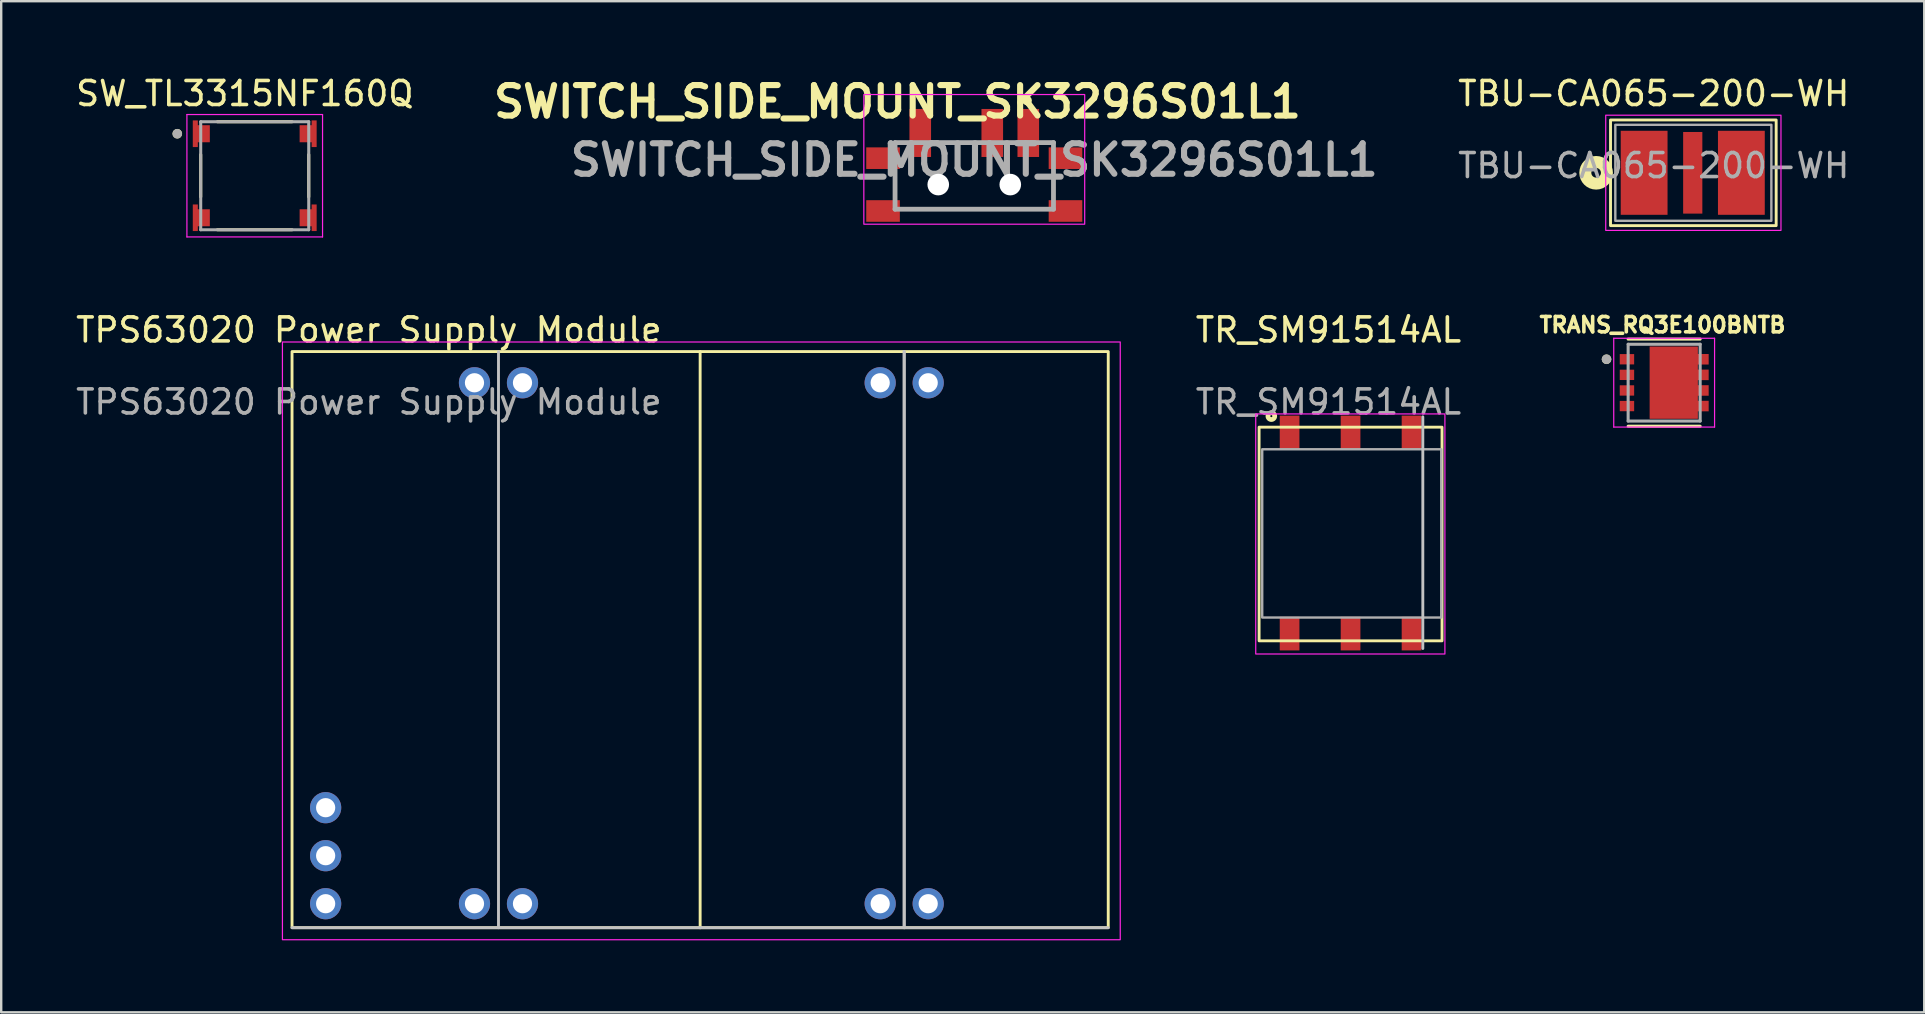
<source format=kicad_pcb>
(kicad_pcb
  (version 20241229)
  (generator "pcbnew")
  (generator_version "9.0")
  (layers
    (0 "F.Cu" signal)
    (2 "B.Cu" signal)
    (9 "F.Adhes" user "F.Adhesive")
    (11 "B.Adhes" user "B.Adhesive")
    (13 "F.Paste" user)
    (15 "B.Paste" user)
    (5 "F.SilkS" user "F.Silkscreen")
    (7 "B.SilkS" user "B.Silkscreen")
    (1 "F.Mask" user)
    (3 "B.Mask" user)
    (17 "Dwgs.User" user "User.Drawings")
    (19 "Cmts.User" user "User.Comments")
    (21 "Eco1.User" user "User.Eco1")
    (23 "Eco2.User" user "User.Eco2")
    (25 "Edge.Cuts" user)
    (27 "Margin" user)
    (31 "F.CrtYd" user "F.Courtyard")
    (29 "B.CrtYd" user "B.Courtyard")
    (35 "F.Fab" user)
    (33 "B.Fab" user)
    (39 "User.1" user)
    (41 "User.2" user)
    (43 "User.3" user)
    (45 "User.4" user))
  (footprint "TBU-CA065-200-WH"
    (layer "F.Cu")
    (at 65.438 4.148)
    (property "Reference" "TBU-CA065-200-WH" (at 0.4 -3.3 0) (unlocked yes) (layer "F.SilkS") (effects (font (size 1 1) (thickness 0.15))))
    (attr smd)
    (fp_rect (start -1.4 -2.2) (end 5.5 2.2) (stroke (width 0.12) (type default)) (fill no) (layer "F.SilkS"))
    (fp_circle (center -2 0) (end -1.8 0) (stroke (width 0.5) (type default)) (fill no) (layer "F.SilkS"))
    (fp_rect (start -1.6 -2.4) (end 5.7 2.4) (stroke (width 0.05) (type default)) (fill no) (layer "F.CrtYd"))
    (fp_rect (start -1.2 -2) (end 5.3 2) (stroke (width 0.1) (type default)) (fill no) (layer "F.Fab"))
    (fp_text user "${REFERENCE}" (at 0.4 -0.3 0) (unlocked yes) (layer "F.Fab") (effects (font (size 1 1) (thickness 0.15))))
    (pad "1" smd rect (at 0 0) (size 1.95 3.5) (layers "F.Cu" "F.Mask" "F.Paste"))
    (pad "2" smd rect (at 4.05 0) (size 1.95 3.5) (layers "F.Cu" "F.Mask" "F.Paste"))
    (pad "~" smd rect (at 2.025 0) (size 0.8 3.4) (layers "F.Cu" "F.Mask" "F.Paste")))
  (footprint "TRANS_RQ3E100BNTB"
    (layer "F.Cu")
    (at 66.272 12.89)
    (property "Reference" "TRANS_RQ3E100BNTB" (at -0.068 -2.406 0) (layer "F.SilkS") (effects (font (size 0.64 0.64) (thickness 0.15))))
    (attr smd)
    (fp_poly (pts (xy -1.9 -1.24) (xy -1.2 -1.24) (xy -1.2 -0.71) (xy -1.9 -0.71)) (stroke (width 0.01) (type solid)) (fill yes) (layer "F.Mask"))
    (fp_poly (pts (xy -1.9 -0.59) (xy -1.2 -0.59) (xy -1.2 -0.06) (xy -1.9 -0.06)) (stroke (width 0.01) (type solid)) (fill yes) (layer "F.Mask"))
    (fp_poly (pts (xy -1.9 0.06) (xy -1.2 0.06) (xy -1.2 0.59) (xy -1.9 0.59)) (stroke (width 0.01) (type solid)) (fill yes) (layer "F.Mask"))
    (fp_poly (pts (xy -1.9 0.71) (xy -1.2 0.71) (xy -1.2 1.24) (xy -1.9 1.24)) (stroke (width 0.01) (type solid)) (fill yes) (layer "F.Mask"))
    (fp_poly (pts (xy -0.65 -1.55) (xy 1.45 -1.55) (xy 1.45 -1.24) (xy 1.9 -1.24) (xy 1.9 -0.71) (xy 1.45 -0.71) (xy 1.45 -0.59) (xy 1.9 -0.59) (xy 1.9 -0.06) (xy 1.45 -0.06) (xy 1.45 0.06) (xy 1.9 0.06) (xy 1.9 0.59) (xy 1.45 0.59) (xy 1.45 0.71) (xy 1.9 0.71) (xy 1.9 1.24) (xy 1.45 1.24) (xy 1.45 1.55) (xy -0.65 1.55)) (stroke (width 0.01) (type solid)) (fill yes) (layer "F.Mask"))
    (fp_line (start -1.5 1.814) (end 1.5 1.814) (stroke (width 0.127) (type solid)) (layer "F.SilkS"))
    (fp_line (start 1.5 -1.814) (end -1.5 -1.814) (stroke (width 0.127) (type solid)) (layer "F.SilkS"))
    (fp_circle (center -2.4 -0.975) (end -2.3 -0.975) (stroke (width 0.2) (type solid)) (fill no) (layer "F.SilkS"))
    (fp_poly (pts (xy -0.233 -0.95) (xy 1.032 -0.95) (xy 1.032 0.95) (xy -0.233 0.95)) (stroke (width 0.01) (type solid)) (fill yes) (layer "F.Paste"))
    (fp_poly (pts (xy 1.4 -1.19) (xy 1.85 -1.19) (xy 1.85 -0.76) (xy 1.4 -0.76)) (stroke (width 0.01) (type solid)) (fill yes) (layer "F.Paste"))
    (fp_poly (pts (xy 1.4 -0.54) (xy 1.85 -0.54) (xy 1.85 -0.11) (xy 1.4 -0.11)) (stroke (width 0.01) (type solid)) (fill yes) (layer "F.Paste"))
    (fp_poly (pts (xy 1.4 0.11) (xy 1.85 0.11) (xy 1.85 0.54) (xy 1.4 0.54)) (stroke (width 0.01) (type solid)) (fill yes) (layer "F.Paste"))
    (fp_poly (pts (xy 1.4 0.76) (xy 1.85 0.76) (xy 1.85 1.19) (xy 1.4 1.19)) (stroke (width 0.01) (type solid)) (fill yes) (layer "F.Paste"))
    (fp_line (start -2.1 -1.85) (end 2.1 -1.85) (stroke (width 0.05) (type solid)) (layer "F.CrtYd"))
    (fp_line (start -2.1 1.85) (end -2.1 -1.85) (stroke (width 0.05) (type solid)) (layer "F.CrtYd"))
    (fp_line (start 2.1 -1.85) (end 2.1 1.85) (stroke (width 0.05) (type solid)) (layer "F.CrtYd"))
    (fp_line (start 2.1 1.85) (end -2.1 1.85) (stroke (width 0.05) (type solid)) (layer "F.CrtYd"))
    (fp_line (start -1.5 -1.6) (end -1.5 1.6) (stroke (width 0.127) (type solid)) (layer "F.Fab"))
    (fp_line (start -1.5 1.6) (end 1.5 1.6) (stroke (width 0.127) (type solid)) (layer "F.Fab"))
    (fp_line (start 1.5 -1.6) (end -1.5 -1.6) (stroke (width 0.127) (type solid)) (layer "F.Fab"))
    (fp_line (start 1.5 1.6) (end 1.5 -1.6) (stroke (width 0.127) (type solid)) (layer "F.Fab"))
    (fp_circle (center -2.4 -0.975) (end -2.3 -0.975) (stroke (width 0.2) (type solid)) (fill no) (layer "F.Fab"))
    (pad "1" smd rect (at -1.55 -0.975) (size 0.6 0.43) (layers "F.Cu" "F.Paste"))
    (pad "2" smd rect (at -1.55 -0.325) (size 0.6 0.43) (layers "F.Cu" "F.Paste"))
    (pad "3" smd rect (at -1.55 0.325) (size 0.6 0.43) (layers "F.Cu" "F.Paste"))
    (pad "4" smd rect (at -1.55 0.975) (size 0.6 0.43) (layers "F.Cu" "F.Paste"))
    (pad "5" smd custom (at 0 0) (size 0.5 0.5) (layers "F.Cu") (options (anchor rect)) (primitives (gr_poly (pts (xy -0.6 -1.5) (xy 1.4 -1.5) (xy 1.4 -1.19) (xy 1.85 -1.19) (xy 1.85 -0.76) (xy 1.4 -0.76) (xy 1.4 -0.54) (xy 1.85 -0.54) (xy 1.85 -0.11) (xy 1.4 -0.11) (xy 1.4 0.11) (xy 1.85 0.11) (xy 1.85 0.54) (xy 1.4 0.54) (xy 1.4 0.76) (xy 1.85 0.76) (xy 1.85 1.19) (xy 1.4 1.19) (xy 1.4 1.5) (xy -0.6 1.5)) (width 0.01) (fill yes)))))
  (footprint "TR_SM91514AL"
    (layer "F.Cu")
    (at 50.669 14.964)
    (property "Reference" "TR_SM91514AL" (at 1.62 -4.27 0) (unlocked yes) (layer "F.SilkS") (effects (font (size 1 1) (thickness 0.15))))
    (attr smd)
    (fp_rect (start -1.27 -0.22) (end 6.35 8.68) (stroke (width 0.12) (type default)) (fill no) (layer "F.SilkS"))
    (fp_circle (center -0.76 -0.68) (end -0.67 -0.73) (stroke (width 0.12) (type default)) (fill no) (layer "F.SilkS"))
    (fp_circle (center -0.76 -0.68) (end -0.58 -0.68) (stroke (width 0.12) (type default)) (fill no) (layer "F.SilkS"))
    (fp_line (start 5.55 9) (end 5.55 -0.65) (stroke (width 0.12) (type default)) (layer "Dwgs.User"))
    (fp_rect (start -1.41 -0.77) (end 6.47 9.23) (stroke (width 0.05) (type default)) (fill no) (layer "F.CrtYd"))
    (fp_rect (start -1.14 0.7) (end 6.32 7.71) (stroke (width 0.1) (type default)) (fill no) (layer "F.Fab"))
    (fp_text user "${REFERENCE}" (at 1.62 -1.27 0) (unlocked yes) (layer "F.Fab") (effects (font (size 1 1) (thickness 0.15))))
    (pad "1" smd rect (at 0 0) (size 0.82 1.4) (layers "F.Cu" "F.Mask" "F.Paste"))
    (pad "2" smd rect (at 2.54 0) (size 0.82 1.4) (layers "F.Cu" "F.Mask" "F.Paste"))
    (pad "3" smd rect (at 5.08 0) (size 0.82 1.4) (layers "F.Cu" "F.Mask" "F.Paste"))
    (pad "4" smd rect (at 5.08 8.38) (size 0.82 1.4) (layers "F.Cu" "F.Mask" "F.Paste"))
    (pad "5" smd rect (at 2.54 8.38) (size 0.82 1.4) (layers "F.Cu" "F.Mask" "F.Paste"))
    (pad "6" smd rect (at 0 8.38) (size 0.82 1.4) (layers "F.Cu" "F.Mask" "F.Paste")))
  (footprint "TPS63020 Power Supply Module"
    (layer "F.Cu")
    (at 10.515 31.595)
    (property "Reference" "TPS63020 Power Supply Module" (at 1.8 -20.9 0) (unlocked yes) (layer "F.SilkS") (effects (font (size 1 1) (thickness 0.15))))
    (attr through_hole)
    (fp_line (start 15.6 4) (end 15.6 -20) (stroke (width 0.12) (type default)) (layer "F.SilkS"))
    (fp_rect (start -1.4 -20) (end 32.6 4) (stroke (width 0.12) (type default)) (fill no) (layer "F.SilkS"))
    (fp_line (start -1.4 4) (end 15.6 4) (stroke (width 0.12) (type default)) (layer "Dwgs.User"))
    (fp_line (start 7.2 4) (end 7.2 -20) (stroke (width 0.12) (type default)) (layer "Dwgs.User"))
    (fp_line (start 24.1 4) (end 24.1 -20) (stroke (width 0.12) (type default)) (layer "Dwgs.User"))
    (fp_line (start 24.1 4) (end 24.1 -20) (stroke (width 0.12) (type default)) (layer "Dwgs.User"))
    (fp_line (start 32.6 4) (end 15.6 4) (stroke (width 0.12) (type default)) (layer "Dwgs.User"))
    (fp_rect (start -1.8 -20.4) (end 33.1 4.5) (stroke (width 0.05) (type default)) (fill no) (layer "F.CrtYd"))
    (fp_text user "${REFERENCE}" (at 1.8 -17.9 0) (unlocked yes) (layer "F.Fab") (effects (font (size 1 1) (thickness 0.15))))
    (pad "1" thru_hole circle (at 0 -1) (size 1.3 1.3) (drill 0.8) (layers "*.Cu" "*.Mask"))
    (pad "2" thru_hole circle (at 0 1) (size 1.3 1.3) (drill 0.8) (layers "*.Cu" "*.Mask"))
    (pad "3" thru_hole circle (at 0 3) (size 1.3 1.3) (drill 0.8) (layers "*.Cu" "*.Mask"))
    (pad "4" thru_hole circle (at 6.2 3) (size 1.3 1.3) (drill 0.8) (layers "*.Cu" "*.Mask"))
    (pad "4" thru_hole circle (at 8.2 3) (size 1.3 1.3) (drill 0.8) (layers "*.Cu" "*.Mask"))
    (pad "5" thru_hole circle (at 23.1 3) (size 1.3 1.3) (drill 0.8) (layers "*.Cu" "*.Mask"))
    (pad "5" thru_hole circle (at 25.1 3) (size 1.3 1.3) (drill 0.8) (layers "*.Cu" "*.Mask"))
    (pad "6" thru_hole circle (at 6.2 -18.7) (size 1.3 1.3) (drill 0.8) (layers "*.Cu" "*.Mask"))
    (pad "6" thru_hole circle (at 8.2 -18.7) (size 1.3 1.3) (drill 0.8) (layers "*.Cu" "*.Mask"))
    (pad "6" thru_hole circle (at 23.1 -18.7) (size 1.3 1.3) (drill 0.8) (layers "*.Cu" "*.Mask"))
    (pad "6" thru_hole circle (at 25.1 -18.7) (size 1.3 1.3) (drill 0.8) (layers "*.Cu" "*.Mask")))
  (footprint "SW_TL3315NF160Q"
    (layer "F.Cu")
    (at 7.561 4.271)
    (property "Reference" "SW_TL3315NF160Q" (at -0.412 -3.423 0) (layer "F.SilkS") (effects (font (size 1 1) (thickness 0.15))))
    (attr smd)
    (fp_poly (pts (xy -2.675 -2.4) (xy -2.675 -1.1) (xy -2.275 -1.1) (xy -2.275 -1.3) (xy -1.775 -1.3) (xy -1.775 -2.2) (xy -2.275 -2.2) (xy -2.275 -2.4)) (stroke (width 0.01) (type solid)) (fill yes) (layer "F.Mask"))
    (fp_poly (pts (xy -2.275 2.4) (xy -2.675 2.4) (xy -2.675 1.1) (xy -2.275 1.1) (xy -2.275 1.3) (xy -1.775 1.3) (xy -1.775 2.2) (xy -2.275 2.2)) (stroke (width 0.01) (type solid)) (fill yes) (layer "F.Mask"))
    (fp_poly (pts (xy 2.275 -1.3) (xy 1.775 -1.3) (xy 1.775 -2.2) (xy 2.275 -2.2) (xy 2.275 -2.4) (xy 2.675 -2.4) (xy 2.675 -1.1) (xy 2.275 -1.1)) (stroke (width 0.01) (type solid)) (fill yes) (layer "F.Mask"))
    (fp_poly (pts (xy 2.275 2.2) (xy 1.775 2.2) (xy 1.775 1.3) (xy 2.275 1.3) (xy 2.275 1.1) (xy 2.675 1.1) (xy 2.675 2.4) (xy 2.275 2.4)) (stroke (width 0.01) (type solid)) (fill yes) (layer "F.Mask"))
    (fp_line (start -2.25 -0.88) (end -2.25 0.88) (stroke (width 0.127) (type solid)) (layer "F.SilkS"))
    (fp_line (start -1.555 -2.25) (end 1.555 -2.25) (stroke (width 0.127) (type solid)) (layer "F.SilkS"))
    (fp_line (start -1.555 2.25) (end 1.555 2.25) (stroke (width 0.127) (type solid)) (layer "F.SilkS"))
    (fp_line (start 2.25 -0.88) (end 2.25 0.88) (stroke (width 0.127) (type solid)) (layer "F.SilkS"))
    (fp_circle (center -3.226 -1.75) (end -3.126 -1.75) (stroke (width 0.2) (type solid)) (fill no) (layer "F.SilkS"))
    (fp_poly (pts (xy -2.375 -1.2) (xy -2.575 -1.2) (xy -2.575 -2.3) (xy -2.375 -2.3) (xy -2.375 -2.1) (xy -1.875 -2.1) (xy -1.875 -1.4) (xy -2.375 -1.4)) (stroke (width 0.01) (type solid)) (fill yes) (layer "F.Paste"))
    (fp_poly (pts (xy -2.375 2.3) (xy -2.575 2.3) (xy -2.575 1.2) (xy -2.375 1.2) (xy -2.375 1.4) (xy -1.875 1.4) (xy -1.875 2.1) (xy -2.375 2.1)) (stroke (width 0.01) (type solid)) (fill yes) (layer "F.Paste"))
    (fp_poly (pts (xy 2.375 -1.4) (xy 1.875 -1.4) (xy 1.875 -2.1) (xy 2.375 -2.1) (xy 2.375 -2.3) (xy 2.575 -2.3) (xy 2.575 -1.2) (xy 2.375 -1.2)) (stroke (width 0.01) (type solid)) (fill yes) (layer "F.Paste"))
    (fp_poly (pts (xy 2.375 2.1) (xy 1.875 2.1) (xy 1.875 1.4) (xy 2.375 1.4) (xy 2.375 1.2) (xy 2.575 1.2) (xy 2.575 2.3) (xy 2.375 2.3)) (stroke (width 0.01) (type solid)) (fill yes) (layer "F.Paste"))
    (fp_line (start -2.825 -2.55) (end -2.825 2.55) (stroke (width 0.05) (type solid)) (layer "F.CrtYd"))
    (fp_line (start -2.825 2.55) (end 2.825 2.55) (stroke (width 0.05) (type solid)) (layer "F.CrtYd"))
    (fp_line (start 2.825 -2.55) (end -2.825 -2.55) (stroke (width 0.05) (type solid)) (layer "F.CrtYd"))
    (fp_line (start 2.825 2.55) (end 2.825 -2.55) (stroke (width 0.05) (type solid)) (layer "F.CrtYd"))
    (fp_line (start -2.25 -2.25) (end 2.25 -2.25) (stroke (width 0.127) (type solid)) (layer "F.Fab"))
    (fp_line (start -2.25 2.25) (end -2.25 -2.25) (stroke (width 0.127) (type solid)) (layer "F.Fab"))
    (fp_line (start 2.25 -2.25) (end 2.25 2.25) (stroke (width 0.127) (type solid)) (layer "F.Fab"))
    (fp_line (start 2.25 2.25) (end -2.25 2.25) (stroke (width 0.127) (type solid)) (layer "F.Fab"))
    (fp_circle (center -3.226 -1.75) (end -3.126 -1.75) (stroke (width 0.2) (type solid)) (fill no) (layer "F.Fab"))
    (pad "1" smd custom (at -2.23 -1.75) (size 0.5 0.5) (layers "F.Cu") (options (anchor rect)) (primitives (gr_poly (pts (xy -0.145 0.55) (xy -0.345 0.55) (xy -0.345 -0.55) (xy -0.145 -0.55) (xy -0.145 -0.35) (xy 0.355 -0.35) (xy 0.355 0.35) (xy -0.145 0.35)) (width 0.01) (fill yes))))
    (pad "1" smd custom (at 2.23 -1.75) (size 0.5 0.5) (layers "F.Cu") (options (anchor rect)) (primitives (gr_poly (pts (xy 0.145 0.35) (xy -0.355 0.35) (xy -0.355 -0.35) (xy 0.145 -0.35) (xy 0.145 -0.55) (xy 0.345 -0.55) (xy 0.345 0.55) (xy 0.145 0.55)) (width 0.01) (fill yes))))
    (pad "2" smd custom (at -2.23 1.75) (size 0.5 0.5) (layers "F.Cu") (options (anchor rect)) (primitives (gr_poly (pts (xy -0.145 0.55) (xy -0.345 0.55) (xy -0.345 -0.55) (xy -0.145 -0.55) (xy -0.145 -0.35) (xy 0.355 -0.35) (xy 0.355 0.35) (xy -0.145 0.35)) (width 0.01) (fill yes))))
    (pad "2" smd custom (at 2.23 1.75) (size 0.5 0.5) (layers "F.Cu") (options (anchor rect)) (primitives (gr_poly (pts (xy 0.145 0.35) (xy -0.355 0.35) (xy -0.355 -0.35) (xy 0.145 -0.35) (xy 0.145 -0.55) (xy 0.345 -0.55) (xy 0.345 0.55) (xy 0.145 0.55)) (width 0.01) (fill yes)))))
  (footprint "SWITCH_SIDE_MOUNT_SK3296S01L1"
    (layer "F.Cu")
    (at 37.534 3.389)
    (property "Reference" "SWITCH_SIDE_MOUNT_SK3296S01L1" (at -3.2 -2.2 0) (layer "F.SilkS") (effects (font (size 1.27 1.27) (thickness 0.254))))
    (attr through_hole)
    (fp_line (start -2.75 2.275) (end 2.75 2.275) (stroke (width 0.1) (type solid)) (layer "F.SilkS"))
    (fp_line (start 2.2 -2.35) (end 2.2 -2.35) (stroke (width 0.2) (type solid)) (layer "F.SilkS"))
    (fp_line (start 2.2 -2.15) (end 2.2 -2.15) (stroke (width 0.2) (type solid)) (layer "F.SilkS"))
    (fp_arc (start 2.2 -2.35) (mid 2.3 -2.25) (end 2.2 -2.15) (stroke (width 0.2) (type solid)) (layer "F.SilkS"))
    (fp_arc (start 2.2 -2.15) (mid 2.1 -2.25) (end 2.2 -2.35) (stroke (width 0.2) (type solid)) (layer "F.SilkS"))
    (fp_rect (start -4.6 -2.5) (end 4.6 2.9) (stroke (width 0.05) (type default)) (fill no) (layer "F.CrtYd"))
    (fp_line (start -3.3 -0.5) (end 3.3 -0.5) (stroke (width 0.2) (type solid)) (layer "F.Fab"))
    (fp_line (start -3.3 2.275) (end -3.3 -0.5) (stroke (width 0.2) (type solid)) (layer "F.Fab"))
    (fp_line (start 3.3 -0.5) (end 3.3 2.275) (stroke (width 0.2) (type solid)) (layer "F.Fab"))
    (fp_line (start 3.3 2.275) (end -3.3 2.275) (stroke (width 0.2) (type solid)) (layer "F.Fab"))
    (fp_text user "${REFERENCE}" (at 0 0.225 0) (layer "F.Fab") (effects (font (size 1.27 1.27) (thickness 0.254))))
    (pad "" np_thru_hole circle (at -1.5 1.25) (size 0.9 0.9) (drill 0.9) (layers "*.Cu" "*.Mask"))
    (pad "" np_thru_hole circle (at 1.5 1.25) (size 0.9 0.9) (drill 0.9) (layers "*.Cu" "*.Mask"))
    (pad "1" smd rect (at 2.25 -0.9) (size 0.9 2) (layers "F.Cu" "F.Mask" "F.Paste"))
    (pad "2" smd rect (at 0.75 -0.9) (size 0.9 2) (layers "F.Cu" "F.Mask" "F.Paste"))
    (pad "3" smd rect (at -2.25 -0.9) (size 0.9 2) (layers "F.Cu" "F.Mask" "F.Paste"))
    (pad "MP1" smd rect (at -3.8 0.15) (size 1.4 0.9) (layers "F.Cu" "F.Mask" "F.Paste"))
    (pad "MP2" smd rect (at 3.8 0.15) (size 1.4 0.9) (layers "F.Cu" "F.Mask" "F.Paste"))
    (pad "MP3" smd rect (at 3.8 2.35) (size 1.4 0.9) (layers "F.Cu" "F.Mask" "F.Paste"))
    (pad "MP4" smd rect (at -3.8 2.35) (size 1.4 0.9) (layers "F.Cu" "F.Mask" "F.Paste")))
  (gr_rect
    (start -3 -3)
    (end 77.106 39.12)
    (stroke (width 0.1) (type default))
    (fill no)
    (layer "Edge.Cuts")))
</source>
